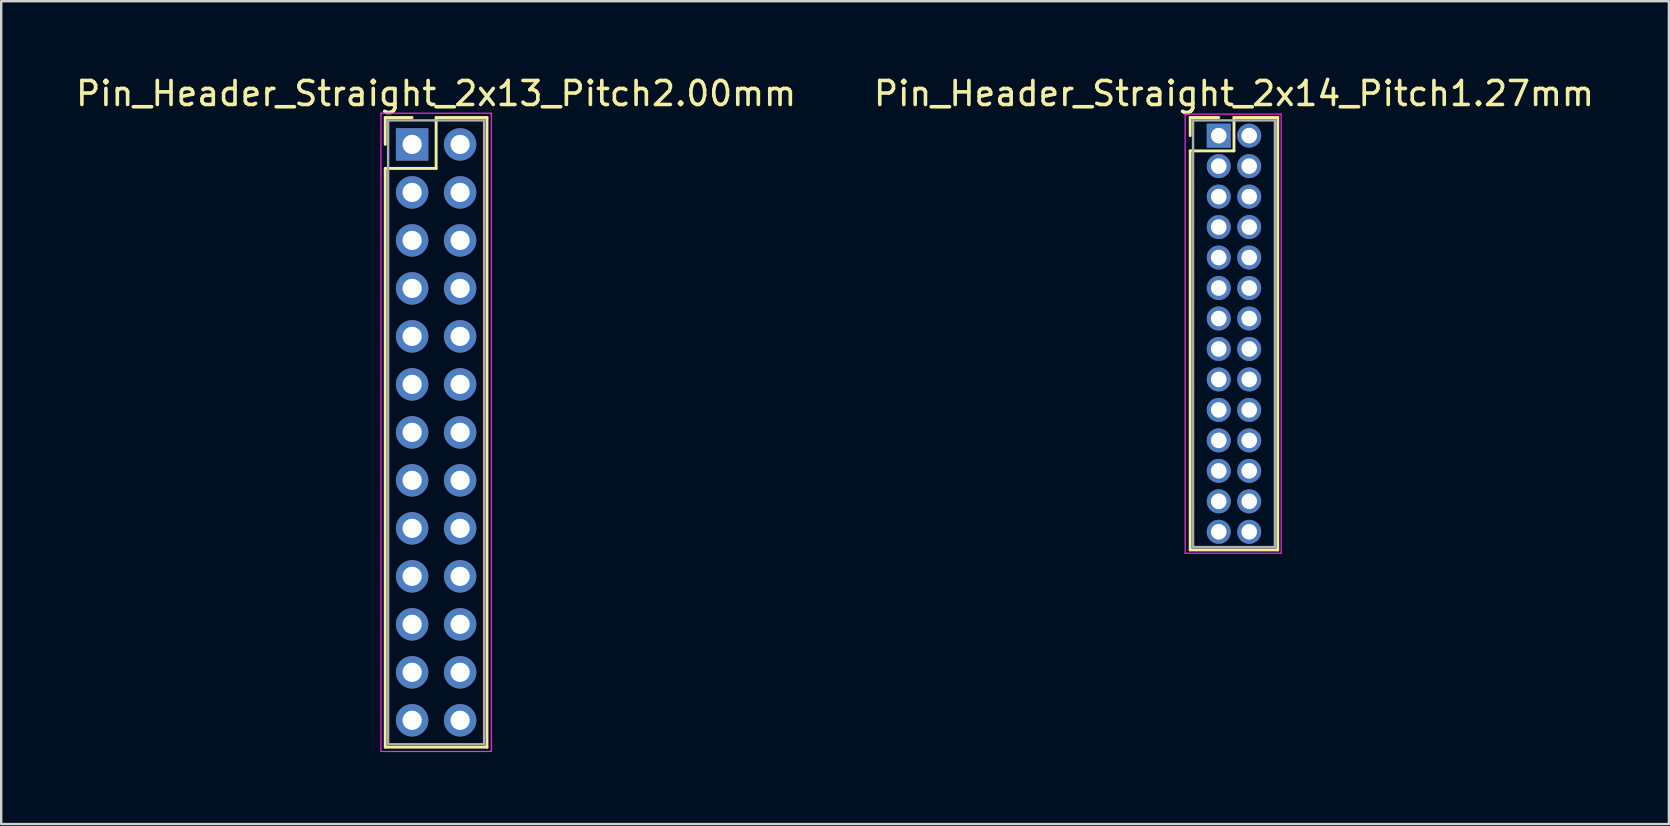
<source format=kicad_pcb>
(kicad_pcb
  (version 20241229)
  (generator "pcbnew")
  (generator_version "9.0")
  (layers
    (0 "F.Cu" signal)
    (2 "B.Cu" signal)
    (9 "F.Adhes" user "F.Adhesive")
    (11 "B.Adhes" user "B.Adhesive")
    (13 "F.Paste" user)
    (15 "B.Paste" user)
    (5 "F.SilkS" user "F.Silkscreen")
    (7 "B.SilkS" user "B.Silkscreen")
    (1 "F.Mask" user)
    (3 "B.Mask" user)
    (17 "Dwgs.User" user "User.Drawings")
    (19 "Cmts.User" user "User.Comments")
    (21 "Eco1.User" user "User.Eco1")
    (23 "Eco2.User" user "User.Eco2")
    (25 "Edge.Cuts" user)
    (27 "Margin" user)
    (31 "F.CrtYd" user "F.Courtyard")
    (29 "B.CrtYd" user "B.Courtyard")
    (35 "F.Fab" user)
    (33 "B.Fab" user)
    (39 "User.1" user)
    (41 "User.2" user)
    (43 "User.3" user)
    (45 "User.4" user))
  (footprint "Pin_Header_Straight_2x13_Pitch2.00mm"
    (layer "F.Cu")
    (at 14.125 2.968)
    (property "Reference" "Pin_Header_Straight_2x13_Pitch2.00mm" (at 1 -2.12 0) (layer "F.SilkS") (effects (font (size 1 1) (thickness 0.15))))
    (attr through_hole)
    (fp_line (start -1.12 -1.12) (end 0 -1.12) (stroke (width 0.12) (type solid)) (layer "F.SilkS"))
    (fp_line (start -1.12 0) (end -1.12 -1.12) (stroke (width 0.12) (type solid)) (layer "F.SilkS"))
    (fp_line (start -1.12 1) (end -1.12 25.12) (stroke (width 0.12) (type solid)) (layer "F.SilkS"))
    (fp_line (start -1.12 25.12) (end 3.12 25.12) (stroke (width 0.12) (type solid)) (layer "F.SilkS"))
    (fp_line (start 1 -1.12) (end 1 1) (stroke (width 0.12) (type solid)) (layer "F.SilkS"))
    (fp_line (start 1 1) (end -1.12 1) (stroke (width 0.12) (type solid)) (layer "F.SilkS"))
    (fp_line (start 3.12 -1.12) (end 1 -1.12) (stroke (width 0.12) (type solid)) (layer "F.SilkS"))
    (fp_line (start 3.12 25.12) (end 3.12 -1.12) (stroke (width 0.12) (type solid)) (layer "F.SilkS"))
    (fp_line (start -1.3 -1.3) (end -1.3 25.3) (stroke (width 0.05) (type solid)) (layer "F.CrtYd"))
    (fp_line (start -1.3 25.3) (end 3.3 25.3) (stroke (width 0.05) (type solid)) (layer "F.CrtYd"))
    (fp_line (start 3.3 -1.3) (end -1.3 -1.3) (stroke (width 0.05) (type solid)) (layer "F.CrtYd"))
    (fp_line (start 3.3 25.3) (end 3.3 -1.3) (stroke (width 0.05) (type solid)) (layer "F.CrtYd"))
    (fp_line (start -1 -1) (end -1 25) (stroke (width 0.1) (type solid)) (layer "F.Fab"))
    (fp_line (start -1 25) (end 3 25) (stroke (width 0.1) (type solid)) (layer "F.Fab"))
    (fp_line (start 3 -1) (end -1 -1) (stroke (width 0.1) (type solid)) (layer "F.Fab"))
    (fp_line (start 3 25) (end 3 -1) (stroke (width 0.1) (type solid)) (layer "F.Fab"))
    (pad "1" thru_hole rect (at 0 0) (size 1.35 1.35) (drill 0.8) (layers "*.Cu" "*.Mask"))
    (pad "2" thru_hole oval (at 2 0) (size 1.35 1.35) (drill 0.8) (layers "*.Cu" "*.Mask"))
    (pad "3" thru_hole oval (at 0 2) (size 1.35 1.35) (drill 0.8) (layers "*.Cu" "*.Mask"))
    (pad "4" thru_hole oval (at 2 2) (size 1.35 1.35) (drill 0.8) (layers "*.Cu" "*.Mask"))
    (pad "5" thru_hole oval (at 0 4) (size 1.35 1.35) (drill 0.8) (layers "*.Cu" "*.Mask"))
    (pad "6" thru_hole oval (at 2 4) (size 1.35 1.35) (drill 0.8) (layers "*.Cu" "*.Mask"))
    (pad "7" thru_hole oval (at 0 6) (size 1.35 1.35) (drill 0.8) (layers "*.Cu" "*.Mask"))
    (pad "8" thru_hole oval (at 2 6) (size 1.35 1.35) (drill 0.8) (layers "*.Cu" "*.Mask"))
    (pad "9" thru_hole oval (at 0 8) (size 1.35 1.35) (drill 0.8) (layers "*.Cu" "*.Mask"))
    (pad "10" thru_hole oval (at 2 8) (size 1.35 1.35) (drill 0.8) (layers "*.Cu" "*.Mask"))
    (pad "11" thru_hole oval (at 0 10) (size 1.35 1.35) (drill 0.8) (layers "*.Cu" "*.Mask"))
    (pad "12" thru_hole oval (at 2 10) (size 1.35 1.35) (drill 0.8) (layers "*.Cu" "*.Mask"))
    (pad "13" thru_hole oval (at 0 12) (size 1.35 1.35) (drill 0.8) (layers "*.Cu" "*.Mask"))
    (pad "14" thru_hole oval (at 2 12) (size 1.35 1.35) (drill 0.8) (layers "*.Cu" "*.Mask"))
    (pad "15" thru_hole oval (at 0 14) (size 1.35 1.35) (drill 0.8) (layers "*.Cu" "*.Mask"))
    (pad "16" thru_hole oval (at 2 14) (size 1.35 1.35) (drill 0.8) (layers "*.Cu" "*.Mask"))
    (pad "17" thru_hole oval (at 0 16) (size 1.35 1.35) (drill 0.8) (layers "*.Cu" "*.Mask"))
    (pad "18" thru_hole oval (at 2 16) (size 1.35 1.35) (drill 0.8) (layers "*.Cu" "*.Mask"))
    (pad "19" thru_hole oval (at 0 18) (size 1.35 1.35) (drill 0.8) (layers "*.Cu" "*.Mask"))
    (pad "20" thru_hole oval (at 2 18) (size 1.35 1.35) (drill 0.8) (layers "*.Cu" "*.Mask"))
    (pad "21" thru_hole oval (at 0 20) (size 1.35 1.35) (drill 0.8) (layers "*.Cu" "*.Mask"))
    (pad "22" thru_hole oval (at 2 20) (size 1.35 1.35) (drill 0.8) (layers "*.Cu" "*.Mask"))
    (pad "23" thru_hole oval (at 0 22) (size 1.35 1.35) (drill 0.8) (layers "*.Cu" "*.Mask"))
    (pad "24" thru_hole oval (at 2 22) (size 1.35 1.35) (drill 0.8) (layers "*.Cu" "*.Mask"))
    (pad "25" thru_hole oval (at 0 24) (size 1.35 1.35) (drill 0.8) (layers "*.Cu" "*.Mask"))
    (pad "26" thru_hole oval (at 2 24) (size 1.35 1.35) (drill 0.8) (layers "*.Cu" "*.Mask")))
  (footprint "Pin_Header_Straight_2x14_Pitch1.27mm"
    (layer "F.Cu")
    (at 47.74 2.603)
    (property "Reference" "Pin_Header_Straight_2x14_Pitch1.27mm" (at 0.635 -1.755 0) (layer "F.SilkS") (effects (font (size 1 1) (thickness 0.15))))
    (attr through_hole)
    (fp_line (start -1.19 -0.755) (end 0 -0.755) (stroke (width 0.12) (type solid)) (layer "F.SilkS"))
    (fp_line (start -1.19 0) (end -1.19 -0.755) (stroke (width 0.12) (type solid)) (layer "F.SilkS"))
    (fp_line (start -1.19 0.635) (end -1.19 17.265) (stroke (width 0.12) (type solid)) (layer "F.SilkS"))
    (fp_line (start -1.19 17.265) (end 2.46 17.265) (stroke (width 0.12) (type solid)) (layer "F.SilkS"))
    (fp_line (start 0.635 -0.755) (end 0.635 0.635) (stroke (width 0.12) (type solid)) (layer "F.SilkS"))
    (fp_line (start 0.635 0.635) (end -1.19 0.635) (stroke (width 0.12) (type solid)) (layer "F.SilkS"))
    (fp_line (start 2.46 -0.755) (end 0.635 -0.755) (stroke (width 0.12) (type solid)) (layer "F.SilkS"))
    (fp_line (start 2.46 17.265) (end 2.46 -0.755) (stroke (width 0.12) (type solid)) (layer "F.SilkS"))
    (fp_line (start -1.4 -0.9) (end -1.4 17.4) (stroke (width 0.05) (type solid)) (layer "F.CrtYd"))
    (fp_line (start -1.4 17.4) (end 2.6 17.4) (stroke (width 0.05) (type solid)) (layer "F.CrtYd"))
    (fp_line (start 2.6 -0.9) (end -1.4 -0.9) (stroke (width 0.05) (type solid)) (layer "F.CrtYd"))
    (fp_line (start 2.6 17.4) (end 2.6 -0.9) (stroke (width 0.05) (type solid)) (layer "F.CrtYd"))
    (fp_line (start -1.07 -0.635) (end -1.07 17.145) (stroke (width 0.1) (type solid)) (layer "F.Fab"))
    (fp_line (start -1.07 17.145) (end 2.34 17.145) (stroke (width 0.1) (type solid)) (layer "F.Fab"))
    (fp_line (start 2.34 -0.635) (end -1.07 -0.635) (stroke (width 0.1) (type solid)) (layer "F.Fab"))
    (fp_line (start 2.34 17.145) (end 2.34 -0.635) (stroke (width 0.1) (type solid)) (layer "F.Fab"))
    (pad "1" thru_hole rect (at 0 0) (size 1 1) (drill 0.65) (layers "*.Cu" "*.Mask"))
    (pad "2" thru_hole oval (at 1.27 0) (size 1 1) (drill 0.65) (layers "*.Cu" "*.Mask"))
    (pad "3" thru_hole oval (at 0 1.27) (size 1 1) (drill 0.65) (layers "*.Cu" "*.Mask"))
    (pad "4" thru_hole oval (at 1.27 1.27) (size 1 1) (drill 0.65) (layers "*.Cu" "*.Mask"))
    (pad "5" thru_hole oval (at 0 2.54) (size 1 1) (drill 0.65) (layers "*.Cu" "*.Mask"))
    (pad "6" thru_hole oval (at 1.27 2.54) (size 1 1) (drill 0.65) (layers "*.Cu" "*.Mask"))
    (pad "7" thru_hole oval (at 0 3.81) (size 1 1) (drill 0.65) (layers "*.Cu" "*.Mask"))
    (pad "8" thru_hole oval (at 1.27 3.81) (size 1 1) (drill 0.65) (layers "*.Cu" "*.Mask"))
    (pad "9" thru_hole oval (at 0 5.08) (size 1 1) (drill 0.65) (layers "*.Cu" "*.Mask"))
    (pad "10" thru_hole oval (at 1.27 5.08) (size 1 1) (drill 0.65) (layers "*.Cu" "*.Mask"))
    (pad "11" thru_hole oval (at 0 6.35) (size 1 1) (drill 0.65) (layers "*.Cu" "*.Mask"))
    (pad "12" thru_hole oval (at 1.27 6.35) (size 1 1) (drill 0.65) (layers "*.Cu" "*.Mask"))
    (pad "13" thru_hole oval (at 0 7.62) (size 1 1) (drill 0.65) (layers "*.Cu" "*.Mask"))
    (pad "14" thru_hole oval (at 1.27 7.62) (size 1 1) (drill 0.65) (layers "*.Cu" "*.Mask"))
    (pad "15" thru_hole oval (at 0 8.89) (size 1 1) (drill 0.65) (layers "*.Cu" "*.Mask"))
    (pad "16" thru_hole oval (at 1.27 8.89) (size 1 1) (drill 0.65) (layers "*.Cu" "*.Mask"))
    (pad "17" thru_hole oval (at 0 10.16) (size 1 1) (drill 0.65) (layers "*.Cu" "*.Mask"))
    (pad "18" thru_hole oval (at 1.27 10.16) (size 1 1) (drill 0.65) (layers "*.Cu" "*.Mask"))
    (pad "19" thru_hole oval (at 0 11.43) (size 1 1) (drill 0.65) (layers "*.Cu" "*.Mask"))
    (pad "20" thru_hole oval (at 1.27 11.43) (size 1 1) (drill 0.65) (layers "*.Cu" "*.Mask"))
    (pad "21" thru_hole oval (at 0 12.7) (size 1 1) (drill 0.65) (layers "*.Cu" "*.Mask"))
    (pad "22" thru_hole oval (at 1.27 12.7) (size 1 1) (drill 0.65) (layers "*.Cu" "*.Mask"))
    (pad "23" thru_hole oval (at 0 13.97) (size 1 1) (drill 0.65) (layers "*.Cu" "*.Mask"))
    (pad "24" thru_hole oval (at 1.27 13.97) (size 1 1) (drill 0.65) (layers "*.Cu" "*.Mask"))
    (pad "25" thru_hole oval (at 0 15.24) (size 1 1) (drill 0.65) (layers "*.Cu" "*.Mask"))
    (pad "26" thru_hole oval (at 1.27 15.24) (size 1 1) (drill 0.65) (layers "*.Cu" "*.Mask"))
    (pad "27" thru_hole oval (at 0 16.51) (size 1 1) (drill 0.65) (layers "*.Cu" "*.Mask"))
    (pad "28" thru_hole oval (at 1.27 16.51) (size 1 1) (drill 0.65) (layers "*.Cu" "*.Mask")))
  (gr_rect
    (start -3 -3)
    (end 66.5 31.293)
    (stroke (width 0.1) (type default))
    (fill no)
    (layer "Edge.Cuts")))
</source>
